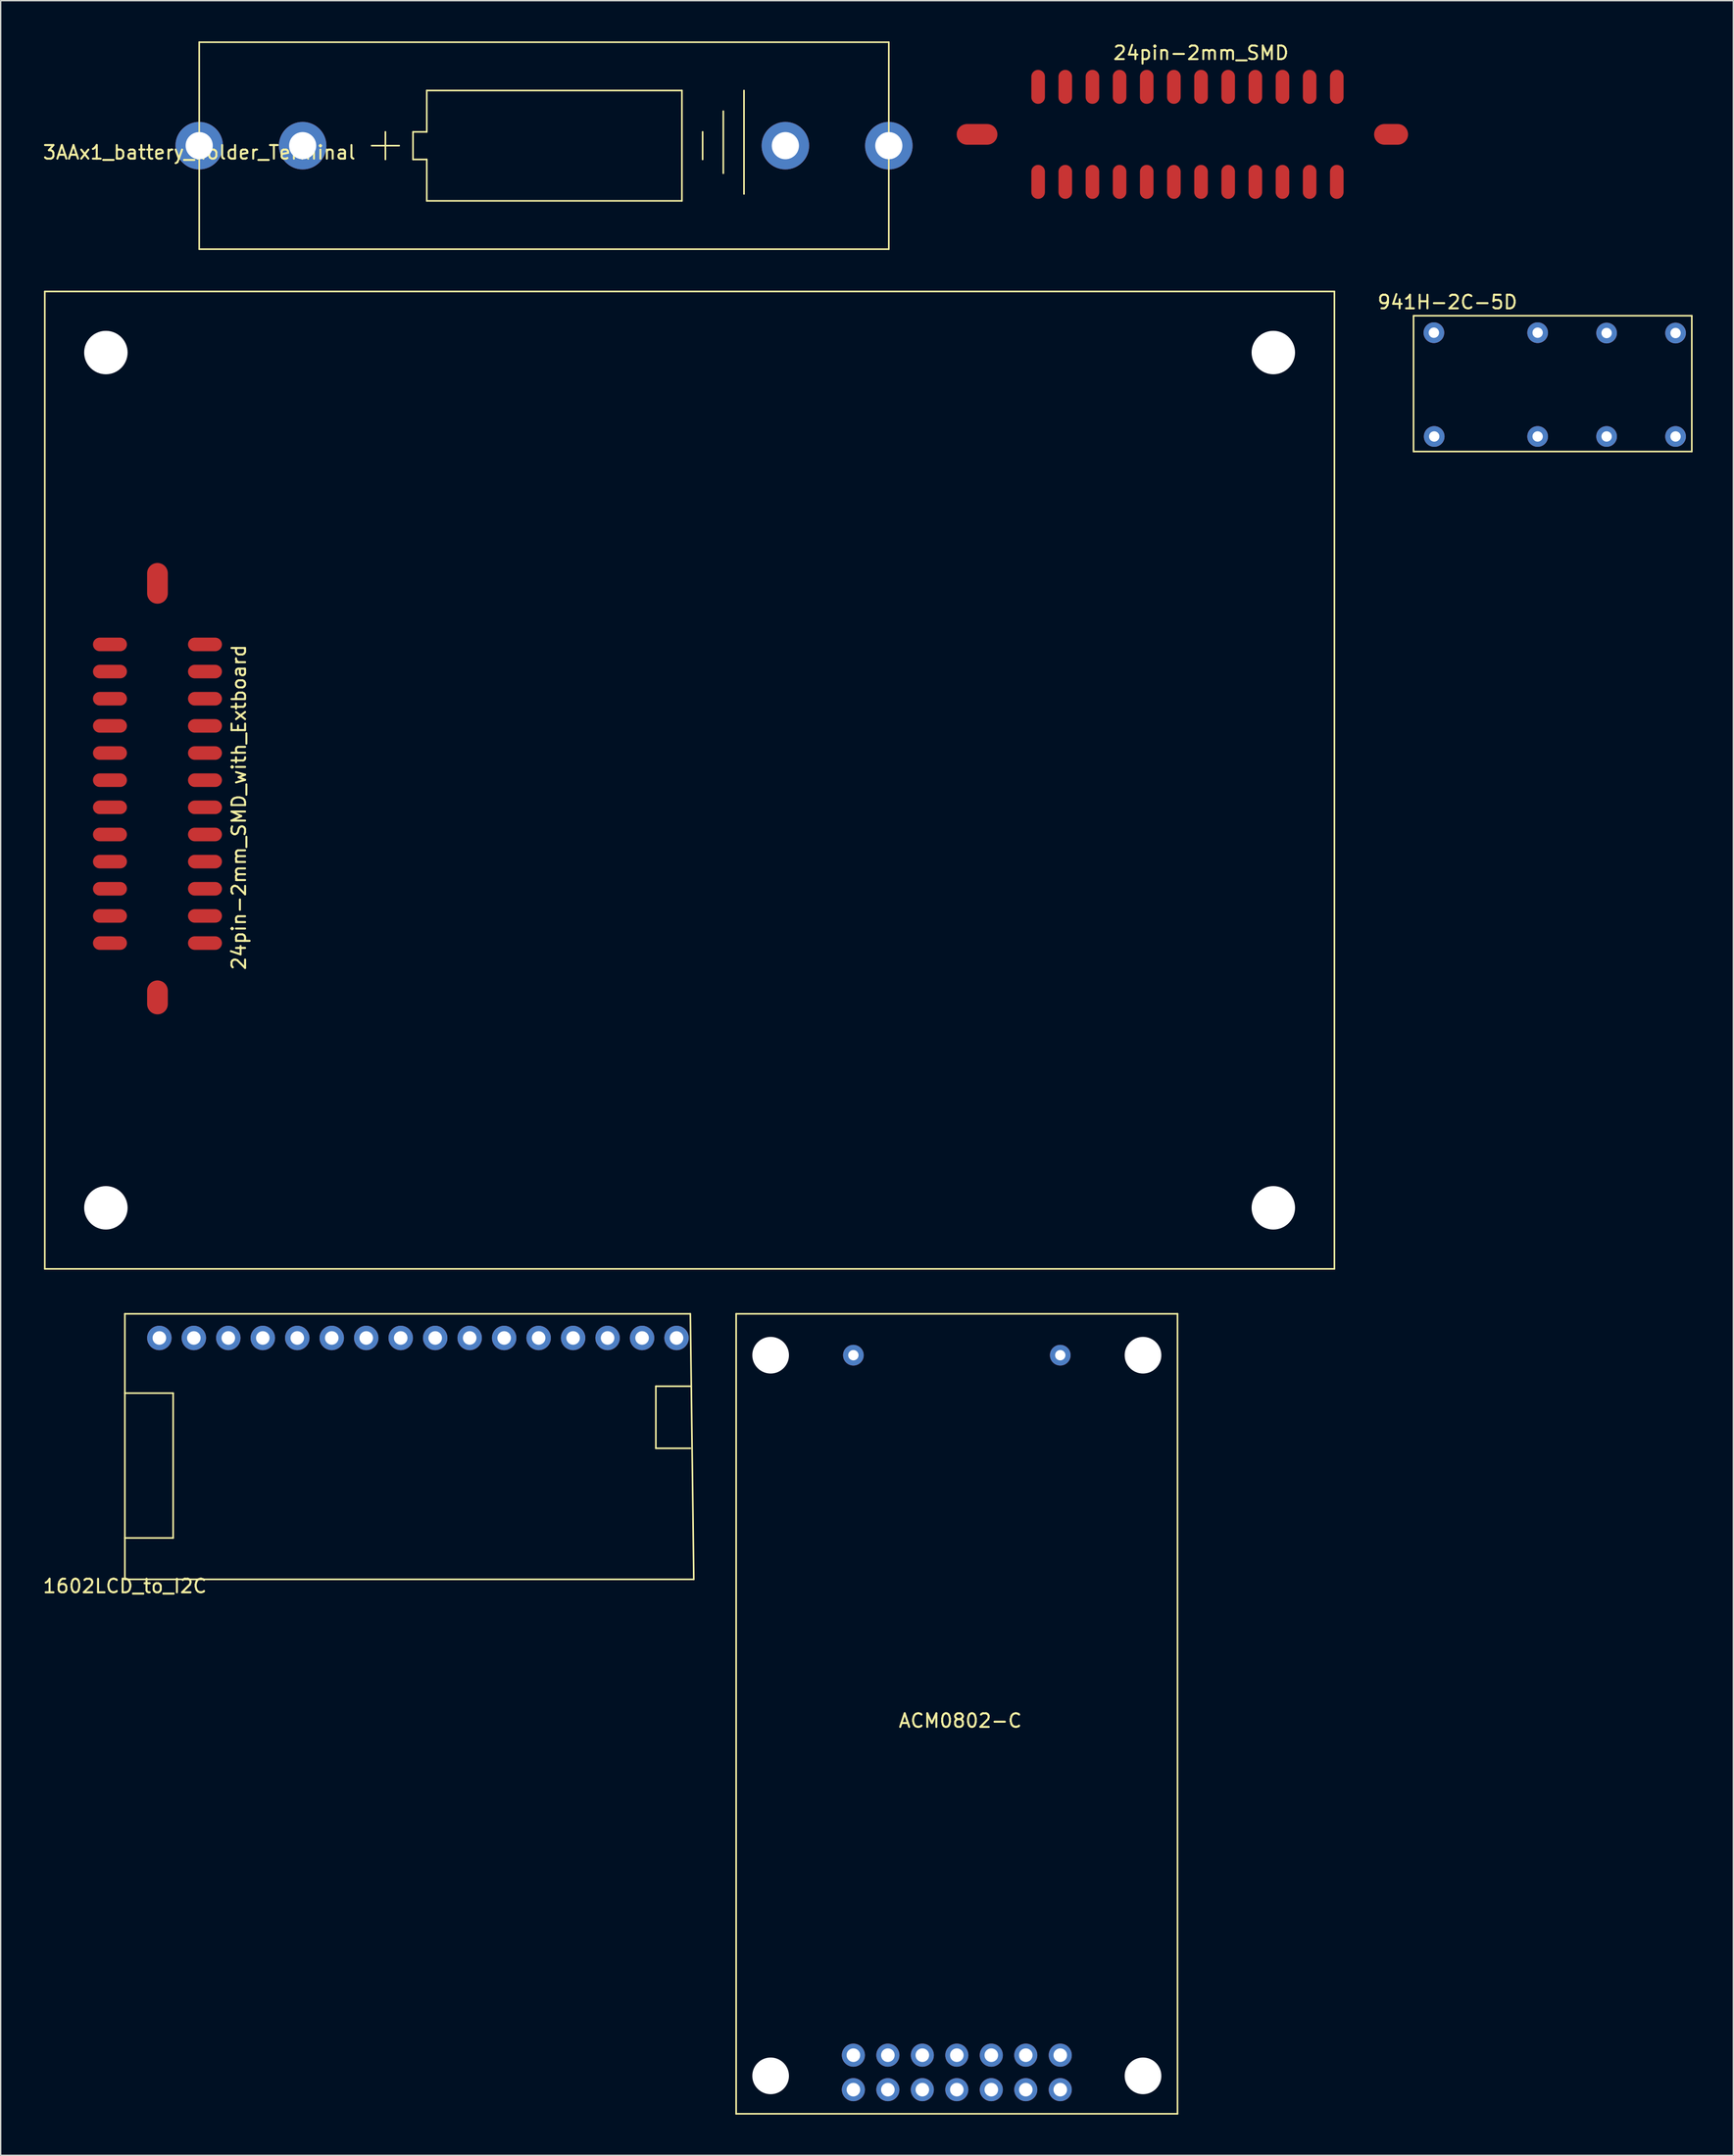
<source format=kicad_pcb>
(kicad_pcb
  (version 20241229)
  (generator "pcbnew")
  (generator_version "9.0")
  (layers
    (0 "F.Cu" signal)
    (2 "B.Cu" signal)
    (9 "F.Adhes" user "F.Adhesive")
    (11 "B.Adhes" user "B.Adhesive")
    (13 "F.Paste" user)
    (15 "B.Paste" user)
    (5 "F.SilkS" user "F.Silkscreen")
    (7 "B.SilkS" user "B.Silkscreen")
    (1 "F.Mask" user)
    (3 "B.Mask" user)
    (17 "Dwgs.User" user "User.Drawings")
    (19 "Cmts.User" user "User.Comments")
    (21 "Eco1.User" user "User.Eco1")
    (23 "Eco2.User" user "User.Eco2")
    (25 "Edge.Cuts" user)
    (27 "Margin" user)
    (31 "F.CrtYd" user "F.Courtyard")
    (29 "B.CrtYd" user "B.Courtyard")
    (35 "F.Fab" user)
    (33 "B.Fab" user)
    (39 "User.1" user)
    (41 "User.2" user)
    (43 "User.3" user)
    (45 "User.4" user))
  (footprint "3AAx1_battery_holder_Terminal"
    (layer "F.Cu")
    (at 11.625 7.68)
    (property "Reference" "3AAx1_battery_holder_Terminal" (at 0 0.5 0) (layer "F.SilkS") (effects (font (size 1 1) (thickness 0.15))))
    (attr through_hole)
    (fp_line (start 0 -7.62) (end 0 7.62) (stroke (width 0.12) (type solid)) (layer "F.SilkS"))
    (fp_line (start 0 7.62) (end 50.8 7.62) (stroke (width 0.12) (type solid)) (layer "F.SilkS"))
    (fp_line (start 12.7 0) (end 14.732 0) (stroke (width 0.12) (type solid)) (layer "F.SilkS"))
    (fp_line (start 13.716 -1.016) (end 13.716 1.016) (stroke (width 0.12) (type solid)) (layer "F.SilkS"))
    (fp_line (start 15.748 -1.016) (end 15.748 1.016) (stroke (width 0.12) (type solid)) (layer "F.SilkS"))
    (fp_line (start 15.748 1.016) (end 16.764 1.016) (stroke (width 0.12) (type solid)) (layer "F.SilkS"))
    (fp_line (start 16.764 -4.064) (end 16.764 -1.016) (stroke (width 0.12) (type solid)) (layer "F.SilkS"))
    (fp_line (start 16.764 -1.016) (end 15.748 -1.016) (stroke (width 0.12) (type solid)) (layer "F.SilkS"))
    (fp_line (start 16.764 1.016) (end 16.764 4.064) (stroke (width 0.12) (type solid)) (layer "F.SilkS"))
    (fp_line (start 16.764 4.064) (end 35.56 4.064) (stroke (width 0.12) (type solid)) (layer "F.SilkS"))
    (fp_line (start 35.56 -4.064) (end 16.764 -4.064) (stroke (width 0.12) (type solid)) (layer "F.SilkS"))
    (fp_line (start 35.56 4.064) (end 35.56 -4.064) (stroke (width 0.12) (type solid)) (layer "F.SilkS"))
    (fp_line (start 37.084 -1.016) (end 37.084 1.016) (stroke (width 0.12) (type solid)) (layer "F.SilkS"))
    (fp_line (start 38.608 -2.54) (end 38.608 2.032) (stroke (width 0.12) (type solid)) (layer "F.SilkS"))
    (fp_line (start 40.132 -4.064) (end 40.132 3.556) (stroke (width 0.12) (type solid)) (layer "F.SilkS"))
    (fp_line (start 50.8 -7.62) (end 0 -7.62) (stroke (width 0.12) (type solid)) (layer "F.SilkS"))
    (fp_line (start 50.8 7.62) (end 50.8 -7.62) (stroke (width 0.12) (type solid)) (layer "F.SilkS"))
    (pad "1" thru_hole circle (at 0 0) (size 3.5 3.5) (drill 2) (layers "*.Cu" "*.Mask"))
    (pad "1" thru_hole circle (at 7.62 0) (size 3.5 3.5) (drill 2) (layers "*.Cu" "*.Mask"))
    (pad "2" thru_hole circle (at 43.18 0) (size 3.5 3.5) (drill 2) (layers "*.Cu" "*.Mask"))
    (pad "2" thru_hole circle (at 50.8 0) (size 3.5 3.5) (drill 2) (layers "*.Cu" "*.Mask")))
  (footprint "1602LCD_to_I2C"
    (layer "F.Cu")
    (at 6.149 113.288)
    (property "Reference" "1602LCD_to_I2C" (at 0 0.5 0) (layer "F.SilkS") (effects (font (size 1 1) (thickness 0.15))))
    (attr through_hole)
    (fp_line (start 0 -19.558) (end 0 0) (stroke (width 0.12) (type solid)) (layer "F.SilkS"))
    (fp_line (start 0 -13.716) (end 3.556 -13.716) (stroke (width 0.12) (type solid)) (layer "F.SilkS"))
    (fp_line (start 0 0) (end 41.91 0) (stroke (width 0.12) (type solid)) (layer "F.SilkS"))
    (fp_line (start 3.556 -13.716) (end 3.556 -3.048) (stroke (width 0.12) (type solid)) (layer "F.SilkS"))
    (fp_line (start 3.556 -3.048) (end 0 -3.048) (stroke (width 0.12) (type solid)) (layer "F.SilkS"))
    (fp_line (start 39.116 -14.224) (end 41.656 -14.224) (stroke (width 0.12) (type solid)) (layer "F.SilkS"))
    (fp_line (start 39.116 -9.652) (end 39.116 -14.224) (stroke (width 0.12) (type solid)) (layer "F.SilkS"))
    (fp_line (start 41.656 -19.558) (end 0 -19.558) (stroke (width 0.12) (type solid)) (layer "F.SilkS"))
    (fp_line (start 41.656 -9.652) (end 39.116 -9.652) (stroke (width 0.12) (type solid)) (layer "F.SilkS"))
    (fp_line (start 41.91 0) (end 41.656 -19.558) (stroke (width 0.12) (type solid)) (layer "F.SilkS"))
    (pad "1" thru_hole circle (at 2.54 -17.78) (size 1.8 1.8) (drill 1) (layers "*.Cu" "*.Mask"))
    (pad "2" thru_hole circle (at 5.08 -17.78) (size 1.8 1.8) (drill 1) (layers "*.Cu" "*.Mask"))
    (pad "3" thru_hole circle (at 7.62 -17.78) (size 1.8 1.8) (drill 1) (layers "*.Cu" "*.Mask"))
    (pad "4" thru_hole circle (at 10.16 -17.78) (size 1.8 1.8) (drill 1) (layers "*.Cu" "*.Mask"))
    (pad "5" thru_hole circle (at 12.7 -17.78) (size 1.8 1.8) (drill 1) (layers "*.Cu" "*.Mask"))
    (pad "6" thru_hole circle (at 15.24 -17.78) (size 1.8 1.8) (drill 1) (layers "*.Cu" "*.Mask"))
    (pad "7" thru_hole circle (at 17.78 -17.78) (size 1.8 1.8) (drill 1) (layers "*.Cu" "*.Mask"))
    (pad "8" thru_hole circle (at 20.32 -17.78) (size 1.8 1.8) (drill 1) (layers "*.Cu" "*.Mask"))
    (pad "9" thru_hole circle (at 22.86 -17.78) (size 1.8 1.8) (drill 1) (layers "*.Cu" "*.Mask"))
    (pad "10" thru_hole circle (at 25.4 -17.78) (size 1.8 1.8) (drill 1) (layers "*.Cu" "*.Mask"))
    (pad "11" thru_hole circle (at 27.94 -17.78) (size 1.8 1.8) (drill 1) (layers "*.Cu" "*.Mask"))
    (pad "12" thru_hole circle (at 30.48 -17.78) (size 1.8 1.8) (drill 1) (layers "*.Cu" "*.Mask"))
    (pad "13" thru_hole circle (at 33.02 -17.78) (size 1.8 1.8) (drill 1) (layers "*.Cu" "*.Mask"))
    (pad "14" thru_hole circle (at 35.56 -17.78) (size 1.8 1.8) (drill 1) (layers "*.Cu" "*.Mask"))
    (pad "15" thru_hole circle (at 38.1 -17.78) (size 1.8 1.8) (drill 1) (layers "*.Cu" "*.Mask"))
    (pad "16" thru_hole circle (at 40.64 -17.78) (size 1.8 1.8) (drill 1) (layers "*.Cu" "*.Mask")))
  (footprint "941H-2C-5D"
    (layer "F.Cu")
    (at 101.078 20.208)
    (property "Reference" "941H-2C-5D" (at 2.5 -1 0) (layer "F.SilkS") (effects (font (size 1 1) (thickness 0.15))))
    (attr through_hole)
    (fp_line (start 0 0) (end 0 10) (stroke (width 0.12) (type solid)) (layer "F.SilkS"))
    (fp_line (start 0 10) (end 20.5 10) (stroke (width 0.12) (type solid)) (layer "F.SilkS"))
    (fp_line (start 20.5 0) (end 0 0) (stroke (width 0.12) (type solid)) (layer "F.SilkS"))
    (fp_line (start 20.5 10) (end 20.5 0) (stroke (width 0.12) (type solid)) (layer "F.SilkS"))
    (pad "1" thru_hole circle (at 1.5 1.25) (size 1.524 1.524) (drill 0.762) (layers "*.Cu" "*.Mask"))
    (pad "4" thru_hole circle (at 9.144 1.25) (size 1.524 1.524) (drill 0.762) (layers "*.Cu" "*.Mask"))
    (pad "6" thru_hole circle (at 14.224 1.274) (size 1.524 1.524) (drill 0.762) (layers "*.Cu" "*.Mask"))
    (pad "8" thru_hole circle (at 19.304 1.274) (size 1.524 1.524) (drill 0.762) (layers "*.Cu" "*.Mask"))
    (pad "9" thru_hole circle (at 19.304 8.894) (size 1.524 1.524) (drill 0.762) (layers "*.Cu" "*.Mask"))
    (pad "11" thru_hole circle (at 14.224 8.894) (size 1.524 1.524) (drill 0.762) (layers "*.Cu" "*.Mask"))
    (pad "13" thru_hole circle (at 9.144 8.894) (size 1.524 1.524) (drill 0.762) (layers "*.Cu" "*.Mask"))
    (pad "16" thru_hole circle (at 1.524 8.894) (size 1.524 1.524) (drill 0.762) (layers "*.Cu" "*.Mask")))
  (footprint "ACM0802-C"
    (layer "F.Cu")
    (at 67.435 123.702)
    (property "Reference" "ACM0802-C" (at 0.254 0 0) (layer "F.SilkS") (effects (font (size 1 1) (thickness 0.15))))
    (attr through_hole)
    (fp_line (start -16.256 -29.972) (end -16.256 28.956) (stroke (width 0.12) (type solid)) (layer "F.SilkS"))
    (fp_line (start -16.256 28.956) (end 16.256 28.956) (stroke (width 0.12) (type solid)) (layer "F.SilkS"))
    (fp_line (start 16.256 -29.972) (end -16.256 -29.972) (stroke (width 0.12) (type solid)) (layer "F.SilkS"))
    (fp_line (start 16.256 28.956) (end 16.256 -29.972) (stroke (width 0.12) (type solid)) (layer "F.SilkS"))
    (pad "" np_thru_hole circle (at -13.716 -26.924) (size 2.7 2.7) (drill 2.7) (layers "*.Cu" "*.Mask"))
    (pad "" np_thru_hole circle (at -13.716 26.162) (size 2.7 2.7) (drill 2.7) (layers "*.Cu" "*.Mask"))
    (pad "" np_thru_hole circle (at 13.716 -26.924) (size 2.7 2.7) (drill 2.7) (layers "*.Cu" "*.Mask"))
    (pad "" np_thru_hole circle (at 13.716 26.162) (size 2.7 2.7) (drill 2.7) (layers "*.Cu" "*.Mask"))
    (pad "+/A" thru_hole circle (at 7.62 -26.924) (size 1.524 1.524) (drill 0.762) (layers "*.Cu" "*.Mask"))
    (pad "-/K" thru_hole circle (at -7.62 -26.924) (size 1.524 1.524) (drill 0.762) (layers "*.Cu" "*.Mask"))
    (pad "1" thru_hole circle (at 7.62 24.638) (size 1.7 1.7) (drill 1) (layers "*.Cu" "*.Mask"))
    (pad "2" thru_hole circle (at 7.62 27.178) (size 1.7 1.7) (drill 1) (layers "*.Cu" "*.Mask"))
    (pad "3" thru_hole circle (at 5.08 24.638) (size 1.7 1.7) (drill 1) (layers "*.Cu" "*.Mask"))
    (pad "4" thru_hole circle (at 5.08 27.178) (size 1.7 1.7) (drill 1) (layers "*.Cu" "*.Mask"))
    (pad "5" thru_hole circle (at 2.54 24.638) (size 1.7 1.7) (drill 1) (layers "*.Cu" "*.Mask"))
    (pad "6" thru_hole circle (at 2.54 27.178) (size 1.7 1.7) (drill 1) (layers "*.Cu" "*.Mask"))
    (pad "7" thru_hole circle (at 0 24.638) (size 1.7 1.7) (drill 1) (layers "*.Cu" "*.Mask"))
    (pad "8" thru_hole circle (at 0 27.178) (size 1.7 1.7) (drill 1) (layers "*.Cu" "*.Mask"))
    (pad "9" thru_hole circle (at -2.54 24.638) (size 1.7 1.7) (drill 1) (layers "*.Cu" "*.Mask"))
    (pad "10" thru_hole circle (at -2.54 27.178) (size 1.7 1.7) (drill 1) (layers "*.Cu" "*.Mask"))
    (pad "11" thru_hole circle (at -5.08 24.638) (size 1.7 1.7) (drill 1) (layers "*.Cu" "*.Mask"))
    (pad "12" thru_hole circle (at -5.08 27.178) (size 1.7 1.7) (drill 1) (layers "*.Cu" "*.Mask"))
    (pad "13" thru_hole circle (at -7.62 24.638) (size 1.7 1.7) (drill 1) (layers "*.Cu" "*.Mask"))
    (pad "14" thru_hole circle (at -7.62 27.178) (size 1.7 1.7) (drill 1) (layers "*.Cu" "*.Mask")))
  (footprint "24pin-2mm_SMD_with_Extboard"
    (layer "F.Cu")
    (at 0.25 90.42)
    (property "Reference" "24pin-2mm_SMD_with_Extboard" (at 14.3 -34 270) (layer "F.SilkS") (effects (font (size 1 1) (thickness 0.15))))
    (attr through_hole)
    (fp_line (start 0 -72) (end 95 -72) (stroke (width 0.12) (type solid)) (layer "F.SilkS"))
    (fp_line (start 0 0) (end 0 -72) (stroke (width 0.12) (type solid)) (layer "F.SilkS"))
    (fp_line (start 95 -72) (end 95 0) (stroke (width 0.12) (type solid)) (layer "F.SilkS"))
    (fp_line (start 95 0) (end 0 0) (stroke (width 0.12) (type solid)) (layer "F.SilkS"))
    (pad "" np_thru_hole circle (at 4.5 -67.5) (size 3.2 3.2) (drill 3.2) (layers "*.Cu" "*.Mask"))
    (pad "" np_thru_hole circle (at 4.5 -4.5) (size 3.2 3.2) (drill 3.2) (layers "*.Cu" "*.Mask"))
    (pad "" np_thru_hole circle (at 90.5 -67.5) (size 3.2 3.2) (drill 3.2) (layers "*.Cu" "*.Mask"))
    (pad "" np_thru_hole circle (at 90.5 -4.5) (size 3.2 3.2) (drill 3.2) (layers "*.Cu" "*.Mask"))
    (pad "1" smd oval (at 4.8 -46 270) (size 1 2.5) (layers "F.Cu" "F.Mask" "F.Paste"))
    (pad "2" smd oval (at 11.8 -46 270) (size 1 2.5) (layers "F.Cu" "F.Mask" "F.Paste"))
    (pad "3" smd oval (at 4.8 -44 270) (size 1 2.5) (layers "F.Cu" "F.Mask" "F.Paste"))
    (pad "4" smd oval (at 11.8 -44 270) (size 1 2.5) (layers "F.Cu" "F.Mask" "F.Paste"))
    (pad "5" smd oval (at 4.8 -42 270) (size 1 2.5) (layers "F.Cu" "F.Mask" "F.Paste"))
    (pad "6" smd oval (at 11.8 -42 270) (size 1 2.5) (layers "F.Cu" "F.Mask" "F.Paste"))
    (pad "7" smd oval (at 4.8 -40 270) (size 1 2.5) (layers "F.Cu" "F.Mask" "F.Paste"))
    (pad "8" smd oval (at 11.8 -40 270) (size 1 2.5) (layers "F.Cu" "F.Mask" "F.Paste"))
    (pad "9" smd oval (at 4.8 -38 270) (size 1 2.5) (layers "F.Cu" "F.Mask" "F.Paste"))
    (pad "10" smd oval (at 11.8 -38 270) (size 1 2.5) (layers "F.Cu" "F.Mask" "F.Paste"))
    (pad "11" smd oval (at 4.8 -36 270) (size 1 2.5) (layers "F.Cu" "F.Mask" "F.Paste"))
    (pad "12" smd oval (at 11.8 -36 270) (size 1 2.5) (layers "F.Cu" "F.Mask" "F.Paste"))
    (pad "13" smd oval (at 4.8 -34 270) (size 1 2.5) (layers "F.Cu" "F.Mask" "F.Paste"))
    (pad "14" smd oval (at 11.8 -34 270) (size 1 2.5) (layers "F.Cu" "F.Mask" "F.Paste"))
    (pad "15" smd oval (at 4.8 -32 270) (size 1 2.5) (layers "F.Cu" "F.Mask" "F.Paste"))
    (pad "16" smd oval (at 11.8 -32 270) (size 1 2.5) (layers "F.Cu" "F.Mask" "F.Paste"))
    (pad "17" smd oval (at 4.8 -30 270) (size 1 2.5) (layers "F.Cu" "F.Mask" "F.Paste"))
    (pad "18" smd oval (at 11.8 -30 270) (size 1 2.5) (layers "F.Cu" "F.Mask" "F.Paste"))
    (pad "19" smd oval (at 4.8 -28 270) (size 1 2.5) (layers "F.Cu" "F.Mask" "F.Paste"))
    (pad "20" smd oval (at 11.8 -28 270) (size 1 2.5) (layers "F.Cu" "F.Mask" "F.Paste"))
    (pad "21" smd oval (at 4.8 -26 270) (size 1 2.5) (layers "F.Cu" "F.Mask" "F.Paste"))
    (pad "22" smd oval (at 11.8 -26 270) (size 1 2.5) (layers "F.Cu" "F.Mask" "F.Paste"))
    (pad "23" smd oval (at 4.8 -24 270) (size 1 2.5) (layers "F.Cu" "F.Mask" "F.Paste"))
    (pad "24" smd oval (at 11.8 -24 270) (size 1 2.5) (layers "F.Cu" "F.Mask" "F.Paste"))
    (pad "25" smd oval (at 8.3 -50.5 270) (size 3 1.524) (layers "F.Cu" "F.Mask" "F.Paste"))
    (pad "25" smd oval (at 8.3 -20 270) (size 2.5 1.524) (layers "F.Cu" "F.Mask" "F.Paste")))
  (footprint "24pin-2mm_SMD"
    (layer "F.Cu")
    (at 67.425 10.348)
    (property "Reference" "24pin-2mm_SMD" (at 18 -9.5 0) (layer "F.SilkS") (effects (font (size 1 1) (thickness 0.15))))
    (attr through_hole)
    (pad "1" smd oval (at 6 0) (size 1 2.5) (layers "F.Cu" "F.Mask" "F.Paste"))
    (pad "2" smd oval (at 6 -7) (size 1 2.5) (layers "F.Cu" "F.Mask" "F.Paste"))
    (pad "3" smd oval (at 8 0) (size 1 2.5) (layers "F.Cu" "F.Mask" "F.Paste"))
    (pad "4" smd oval (at 8 -7) (size 1 2.5) (layers "F.Cu" "F.Mask" "F.Paste"))
    (pad "5" smd oval (at 10 0) (size 1 2.5) (layers "F.Cu" "F.Mask" "F.Paste"))
    (pad "6" smd oval (at 10 -7) (size 1 2.5) (layers "F.Cu" "F.Mask" "F.Paste"))
    (pad "7" smd oval (at 12 0) (size 1 2.5) (layers "F.Cu" "F.Mask" "F.Paste"))
    (pad "8" smd oval (at 12 -7) (size 1 2.5) (layers "F.Cu" "F.Mask" "F.Paste"))
    (pad "9" smd oval (at 14 0) (size 1 2.5) (layers "F.Cu" "F.Mask" "F.Paste"))
    (pad "10" smd oval (at 14 -7) (size 1 2.5) (layers "F.Cu" "F.Mask" "F.Paste"))
    (pad "11" smd oval (at 16 0) (size 1 2.5) (layers "F.Cu" "F.Mask" "F.Paste"))
    (pad "12" smd oval (at 16 -7) (size 1 2.5) (layers "F.Cu" "F.Mask" "F.Paste"))
    (pad "13" smd oval (at 18 0) (size 1 2.5) (layers "F.Cu" "F.Mask" "F.Paste"))
    (pad "14" smd oval (at 18 -7) (size 1 2.5) (layers "F.Cu" "F.Mask" "F.Paste"))
    (pad "15" smd oval (at 20 0) (size 1 2.5) (layers "F.Cu" "F.Mask" "F.Paste"))
    (pad "16" smd oval (at 20 -7) (size 1 2.5) (layers "F.Cu" "F.Mask" "F.Paste"))
    (pad "17" smd oval (at 22 0) (size 1 2.5) (layers "F.Cu" "F.Mask" "F.Paste"))
    (pad "18" smd oval (at 22 -7) (size 1 2.5) (layers "F.Cu" "F.Mask" "F.Paste"))
    (pad "19" smd oval (at 24 0) (size 1 2.5) (layers "F.Cu" "F.Mask" "F.Paste"))
    (pad "20" smd oval (at 24 -7) (size 1 2.5) (layers "F.Cu" "F.Mask" "F.Paste"))
    (pad "21" smd oval (at 26 0) (size 1 2.5) (layers "F.Cu" "F.Mask" "F.Paste"))
    (pad "22" smd oval (at 26 -7) (size 1 2.5) (layers "F.Cu" "F.Mask" "F.Paste"))
    (pad "23" smd oval (at 28 0) (size 1 2.5) (layers "F.Cu" "F.Mask" "F.Paste"))
    (pad "24" smd oval (at 28 -7) (size 1 2.5) (layers "F.Cu" "F.Mask" "F.Paste"))
    (pad "25" smd oval (at 1.5 -3.5) (size 3 1.524) (layers "F.Cu" "F.Mask" "F.Paste"))
    (pad "25" smd oval (at 32 -3.5) (size 2.5 1.524) (layers "F.Cu" "F.Mask" "F.Paste")))
  (gr_rect
    (start -3 -3)
    (end 124.638 155.718)
    (stroke (width 0.1) (type default))
    (fill no)
    (layer "Edge.Cuts")))
</source>
